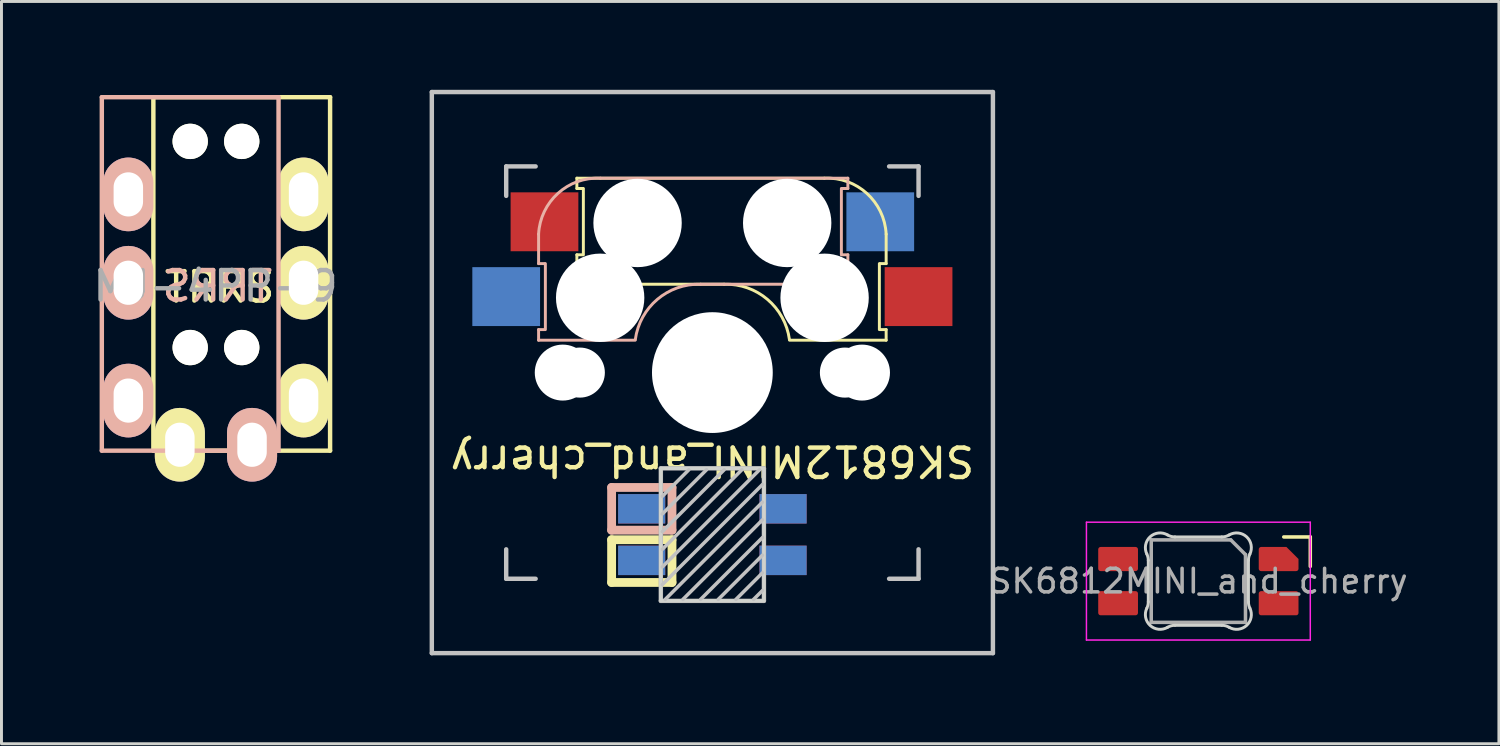
<source format=kicad_pcb>
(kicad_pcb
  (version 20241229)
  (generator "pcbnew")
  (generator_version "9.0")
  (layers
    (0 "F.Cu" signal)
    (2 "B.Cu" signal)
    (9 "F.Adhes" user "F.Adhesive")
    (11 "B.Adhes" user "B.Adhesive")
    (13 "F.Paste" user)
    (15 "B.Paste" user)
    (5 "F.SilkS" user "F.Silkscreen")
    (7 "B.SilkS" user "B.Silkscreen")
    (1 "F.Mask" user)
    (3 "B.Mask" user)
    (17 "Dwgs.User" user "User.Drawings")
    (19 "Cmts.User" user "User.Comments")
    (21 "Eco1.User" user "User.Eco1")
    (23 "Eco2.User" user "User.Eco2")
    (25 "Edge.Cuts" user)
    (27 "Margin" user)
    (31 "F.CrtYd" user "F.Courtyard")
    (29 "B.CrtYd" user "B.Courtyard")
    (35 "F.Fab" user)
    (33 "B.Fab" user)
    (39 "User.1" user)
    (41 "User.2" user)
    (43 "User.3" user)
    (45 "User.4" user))
  (footprint "MJ-4PP-9"
    (layer "F.Cu")
    (at 5.157 0.25)
    (property "Reference" "MJ-4PP-9" (at -0.889 6.413 0) (layer "F.Fab") (effects (font (size 1 1) (thickness 0.15))))
    (attr through_hole)
    (fp_line (start -3 0) (end 3 0) (stroke (width 0.15) (type solid)) (layer "F.SilkS"))
    (fp_line (start -3 12) (end -3 0) (stroke (width 0.15) (type solid)) (layer "F.SilkS"))
    (fp_line (start 3 0) (end 3 12) (stroke (width 0.15) (type solid)) (layer "F.SilkS"))
    (fp_line (start 3 12) (end -3 12) (stroke (width 0.15) (type solid)) (layer "F.SilkS"))
    (fp_line (start -4.75 0) (end 1.25 0) (stroke (width 0.15) (type solid)) (layer "B.SilkS"))
    (fp_line (start -4.75 12) (end -4.75 0) (stroke (width 0.15) (type solid)) (layer "B.SilkS"))
    (fp_line (start 1.25 0) (end 1.25 12) (stroke (width 0.15) (type solid)) (layer "B.SilkS"))
    (fp_line (start 1.25 12) (end -4.75 12) (stroke (width 0.15) (type solid)) (layer "B.SilkS"))
    (fp_text user "TRRS" (at -0.75 6.45 0) (layer "F.SilkS") (effects (font (size 1 1) (thickness 0.15))))
    (fp_text user "TRRS" (at -0.826 6.413 0) (layer "B.SilkS") (effects (font (size 1 1) (thickness 0.15)) (justify mirror)))
    (pad "" np_thru_hole circle (at -1.75 1.5) (size 1.2 1.2) (drill 1.2) (layers "*.Cu" "*.Mask" "F.SilkS"))
    (pad "" np_thru_hole circle (at -1.75 8.5) (size 1.2 1.2) (drill 1.2) (layers "*.Cu" "*.Mask" "F.SilkS"))
    (pad "" np_thru_hole circle (at 0 1.5) (size 1.2 1.2) (drill 1.2) (layers "*.Cu" "*.Mask" "F.SilkS"))
    (pad "" np_thru_hole circle (at 0 8.5) (size 1.2 1.2) (drill 1.2) (layers "*.Cu" "*.Mask" "F.SilkS"))
    (pad "1" thru_hole oval (at -3.85 10.3) (size 1.7 2.5) (drill oval 1 1.5) (layers "*.Cu" "*.Mask" "B.SilkS"))
    (pad "1" thru_hole oval (at 2.1 10.3) (size 1.7 2.5) (drill oval 1 1.5) (layers "*.Cu" "*.Mask" "F.SilkS"))
    (pad "2" thru_hole oval (at -3.85 6.3) (size 1.7 2.5) (drill oval 1 1.5) (layers "*.Cu" "*.Mask" "B.SilkS"))
    (pad "2" thru_hole oval (at 2.1 6.3) (size 1.7 2.5) (drill oval 1 1.5) (layers "*.Cu" "*.Mask" "F.SilkS"))
    (pad "3" thru_hole oval (at -3.85 3.3) (size 1.7 2.5) (drill oval 1 1.5) (layers "*.Cu" "*.Mask" "B.SilkS"))
    (pad "3" thru_hole oval (at 2.1 3.3) (size 1.7 2.5) (drill oval 1 1.5) (layers "*.Cu" "*.Mask" "F.SilkS"))
    (pad "4" thru_hole oval (at -2.1 11.8) (size 1.7 2.5) (drill oval 1 1.5) (layers "*.Cu" "*.Mask" "F.SilkS"))
    (pad "4" thru_hole oval (at 0.35 11.8) (size 1.7 2.5) (drill oval 1 1.5) (layers "*.Cu" "*.Mask" "B.SilkS")))
  (footprint "SK6812MINI_and_cherry"
    (layer "F.Cu")
    (at 21.136 9.6)
    (property "Reference" "SK6812MINI_and_cherry" (at 0 3 180) (unlocked yes) (layer "F.SilkS") (effects (font (size 1 1) (thickness 0.15))))
    (attr through_hole)
    (fp_line (start -4.6 -6.6) (end 3.8 -6.6) (stroke (width 0.1) (type solid)) (layer "F.SilkS"))
    (fp_line (start -4.6 -6.25) (end -4.6 -6.6) (stroke (width 0.1) (type solid)) (layer "F.SilkS"))
    (fp_line (start -4.6 -4) (end -4.4 -4) (stroke (width 0.1) (type solid)) (layer "F.SilkS"))
    (fp_line (start -4.6 -3) (end -4.6 -4) (stroke (width 0.1) (type solid)) (layer "F.SilkS"))
    (fp_line (start -4.4 -6.25) (end -4.6 -6.25) (stroke (width 0.1) (type solid)) (layer "F.SilkS"))
    (fp_line (start -4.38 -4) (end -4.38 -6.25) (stroke (width 0.1) (type solid)) (layer "F.SilkS"))
    (fp_line (start -3.421 5.675) (end -1.371 5.675) (stroke (width 0.3) (type solid)) (layer "F.SilkS"))
    (fp_line (start -3.421 7.125) (end -3.421 5.675) (stroke (width 0.3) (type solid)) (layer "F.SilkS"))
    (fp_line (start -1.371 5.675) (end -1.371 7.125) (stroke (width 0.3) (type solid)) (layer "F.SilkS"))
    (fp_line (start -1.371 7.125) (end -3.421 7.125) (stroke (width 0.3) (type solid)) (layer "F.SilkS"))
    (fp_line (start 0.4 -3) (end -4.6 -3) (stroke (width 0.1) (type solid)) (layer "F.SilkS"))
    (fp_line (start 5.67 -3.7) (end 5.67 -1.46) (stroke (width 0.1) (type solid)) (layer "F.SilkS"))
    (fp_line (start 5.7 -1.46) (end 5.9 -1.46) (stroke (width 0.1) (type solid)) (layer "F.SilkS"))
    (fp_line (start 5.9 -4.7) (end 5.9 -3.7) (stroke (width 0.1) (type solid)) (layer "F.SilkS"))
    (fp_line (start 5.9 -3.7) (end 5.7 -3.7) (stroke (width 0.1) (type solid)) (layer "F.SilkS"))
    (fp_line (start 5.9 -1.1) (end 2.62 -1.1) (stroke (width 0.1) (type solid)) (layer "F.SilkS"))
    (fp_line (start 5.9 -1.1) (end 5.9 -1.46) (stroke (width 0.1) (type solid)) (layer "F.SilkS"))
    (fp_line (start 20.3 5.58) (end 19.4 5.58) (stroke (width 0.12) (type solid)) (layer "F.SilkS"))
    (fp_line (start 20.3 6.58) (end 20.3 5.58) (stroke (width 0.12) (type solid)) (layer "F.SilkS"))
    (fp_arc (start 0.4 -3) (mid 1.868709 -2.486118) (end 2.616318 -1.121471) (stroke (width 0.1) (type solid)) (layer "F.SilkS"))
    (fp_arc (start 3.8 -6.600001) (mid 5.243504 -6.084925) (end 5.900001 -4.7) (stroke (width 0.1) (type solid)) (layer "F.SilkS"))
    (fp_line (start -5.9 -4.7) (end -5.9 -3.7) (stroke (width 0.1) (type solid)) (layer "B.SilkS"))
    (fp_line (start -5.9 -3.7) (end -5.7 -3.7) (stroke (width 0.1) (type solid)) (layer "B.SilkS"))
    (fp_line (start -5.9 -1.1) (end -5.9 -1.46) (stroke (width 0.1) (type solid)) (layer "B.SilkS"))
    (fp_line (start -5.9 -1.1) (end -2.62 -1.1) (stroke (width 0.1) (type solid)) (layer "B.SilkS"))
    (fp_line (start -5.7 -1.46) (end -5.9 -1.46) (stroke (width 0.1) (type solid)) (layer "B.SilkS"))
    (fp_line (start -5.67 -3.7) (end -5.67 -1.46) (stroke (width 0.1) (type solid)) (layer "B.SilkS"))
    (fp_line (start -3.421 3.9) (end -1.371 3.9) (stroke (width 0.3) (type solid)) (layer "B.SilkS"))
    (fp_line (start -3.421 5.35) (end -3.421 3.9) (stroke (width 0.3) (type solid)) (layer "B.SilkS"))
    (fp_line (start -1.371 3.9) (end -1.371 5.35) (stroke (width 0.3) (type solid)) (layer "B.SilkS"))
    (fp_line (start -1.371 5.35) (end -3.421 5.35) (stroke (width 0.3) (type solid)) (layer "B.SilkS"))
    (fp_line (start -0.4 -3) (end 4.6 -3) (stroke (width 0.1) (type solid)) (layer "B.SilkS"))
    (fp_line (start 4.38 -4) (end 4.38 -6.25) (stroke (width 0.1) (type solid)) (layer "B.SilkS"))
    (fp_line (start 4.4 -6.25) (end 4.6 -6.25) (stroke (width 0.1) (type solid)) (layer "B.SilkS"))
    (fp_line (start 4.6 -6.6) (end -3.8 -6.6) (stroke (width 0.1) (type solid)) (layer "B.SilkS"))
    (fp_line (start 4.6 -6.25) (end 4.6 -6.6) (stroke (width 0.1) (type solid)) (layer "B.SilkS"))
    (fp_line (start 4.6 -4) (end 4.4 -4) (stroke (width 0.1) (type solid)) (layer "B.SilkS"))
    (fp_line (start 4.6 -3) (end 4.6 -4) (stroke (width 0.1) (type solid)) (layer "B.SilkS"))
    (fp_arc (start -5.9 -4.699999) (mid -5.243504 -6.084924) (end -3.800001 -6.6) (stroke (width 0.1) (type solid)) (layer "B.SilkS"))
    (fp_arc (start -2.616318 -1.121471) (mid -1.868709 -2.486118) (end -0.4 -3) (stroke (width 0.1) (type solid)) (layer "B.SilkS"))
    (fp_line (start -9.525 -9.525) (end 9.525 -9.525) (stroke (width 0.15) (type solid)) (layer "Dwgs.User"))
    (fp_line (start -9.525 9.525) (end -9.525 -9.525) (stroke (width 0.15) (type solid)) (layer "Dwgs.User"))
    (fp_line (start -7 -7) (end -6 -7) (stroke (width 0.15) (type solid)) (layer "Dwgs.User"))
    (fp_line (start -7 -6) (end -7 -7) (stroke (width 0.15) (type solid)) (layer "Dwgs.User"))
    (fp_line (start -7 6) (end -7 7) (stroke (width 0.15) (type solid)) (layer "Dwgs.User"))
    (fp_line (start -7 7) (end -6 7) (stroke (width 0.15) (type solid)) (layer "Dwgs.User"))
    (fp_line (start -0.8 3.3) (end -1.7 4.2) (stroke (width 0.12) (type solid)) (layer "Dwgs.User"))
    (fp_line (start -0.2 3.3) (end -1.7 4.8) (stroke (width 0.12) (type solid)) (layer "Dwgs.User"))
    (fp_line (start 0.4 3.3) (end -1.7 5.4) (stroke (width 0.12) (type solid)) (layer "Dwgs.User"))
    (fp_line (start 1 3.3) (end -1.7 6) (stroke (width 0.12) (type solid)) (layer "Dwgs.User"))
    (fp_line (start 1.6 3.3) (end -1.7 6.6) (stroke (width 0.12) (type solid)) (layer "Dwgs.User"))
    (fp_line (start 1.7 3.8) (end -1.7 7.2) (stroke (width 0.12) (type solid)) (layer "Dwgs.User"))
    (fp_line (start 1.7 4.4) (end -1.6 7.7) (stroke (width 0.12) (type solid)) (layer "Dwgs.User"))
    (fp_line (start 1.7 5) (end -1 7.7) (stroke (width 0.12) (type solid)) (layer "Dwgs.User"))
    (fp_line (start 1.7 5.6) (end -0.4 7.7) (stroke (width 0.12) (type solid)) (layer "Dwgs.User"))
    (fp_line (start 1.7 6.2) (end 0.2 7.7) (stroke (width 0.12) (type solid)) (layer "Dwgs.User"))
    (fp_line (start 1.7 6.8) (end 0.8 7.7) (stroke (width 0.12) (type solid)) (layer "Dwgs.User"))
    (fp_line (start 1.7 7.4) (end 1.4 7.7) (stroke (width 0.12) (type solid)) (layer "Dwgs.User"))
    (fp_line (start 6 7) (end 7 7) (stroke (width 0.15) (type solid)) (layer "Dwgs.User"))
    (fp_line (start 7 -7) (end 6 -7) (stroke (width 0.15) (type solid)) (layer "Dwgs.User"))
    (fp_line (start 7 -7) (end 7 -6) (stroke (width 0.15) (type solid)) (layer "Dwgs.User"))
    (fp_line (start 7 7) (end 7 6) (stroke (width 0.15) (type solid)) (layer "Dwgs.User"))
    (fp_line (start 9.525 -9.525) (end 9.525 9.525) (stroke (width 0.15) (type solid)) (layer "Dwgs.User"))
    (fp_line (start 9.525 9.525) (end -9.525 9.525) (stroke (width 0.15) (type solid)) (layer "Dwgs.User"))
    (fp_line (start 14.8 6.377) (end 14.8 7.783) (stroke (width 0.1) (type solid)) (layer "Edge.Cuts"))
    (fp_line (start 15.706 8.58) (end 17.294 8.58) (stroke (width 0.1) (type solid)) (layer "Edge.Cuts"))
    (fp_line (start 17.294 5.58) (end 15.706 5.58) (stroke (width 0.1) (type solid)) (layer "Edge.Cuts"))
    (fp_line (start 18.2 7.783) (end 18.2 6.377) (stroke (width 0.1) (type solid)) (layer "Edge.Cuts"))
    (fp_rect (start 1.75 7.75) (end -1.75 3.25) (stroke (width 0.12) (type solid)) (fill no) (layer "Edge.Cuts"))
    (fp_arc (start 14.750516 6.16028) (mid 14.787481 6.26593) (end 14.800001 6.377157) (stroke (width 0.1) (type solid)) (layer "Edge.Cuts"))
    (fp_arc (start 14.750516 6.16028) (mid 14.86193 5.575966) (end 15.453289 5.511703) (stroke (width 0.1) (type solid)) (layer "Edge.Cuts"))
    (fp_arc (start 14.800001 7.782842) (mid 14.787472 7.894068) (end 14.750516 7.99972) (stroke (width 0.1) (type solid)) (layer "Edge.Cuts"))
    (fp_arc (start 15.453289 8.648299) (mid 14.861928 8.584035) (end 14.750516 7.99972) (stroke (width 0.1) (type solid)) (layer "Edge.Cuts"))
    (fp_arc (start 15.453289 8.648299) (mid 15.574877 8.597377) (end 15.705547 8.58) (stroke (width 0.1) (type solid)) (layer "Edge.Cuts"))
    (fp_arc (start 15.705548 5.58) (mid 15.574878 5.562623) (end 15.45329 5.511701) (stroke (width 0.1) (type solid)) (layer "Edge.Cuts"))
    (fp_arc (start 17.294453 8.579999) (mid 17.425123 8.597376) (end 17.546711 8.648298) (stroke (width 0.1) (type solid)) (layer "Edge.Cuts"))
    (fp_arc (start 17.546711 5.511701) (mid 17.425123 5.562623) (end 17.294452 5.58) (stroke (width 0.1) (type solid)) (layer "Edge.Cuts"))
    (fp_arc (start 17.546711 5.511701) (mid 18.138072 5.575965) (end 18.249484 6.160281) (stroke (width 0.1) (type solid)) (layer "Edge.Cuts"))
    (fp_arc (start 18.199999 6.377158) (mid 18.212527 6.265932) (end 18.249484 6.16028) (stroke (width 0.1) (type solid)) (layer "Edge.Cuts"))
    (fp_arc (start 18.249484 7.99972) (mid 18.138071 8.584034) (end 17.546711 8.648298) (stroke (width 0.1) (type solid)) (layer "Edge.Cuts"))
    (fp_arc (start 18.249484 7.99972) (mid 18.212527 7.894068) (end 18.199999 7.782843) (stroke (width 0.1) (type solid)) (layer "Edge.Cuts"))
    (fp_line (start 12.7 5.08) (end 20.3 5.08) (stroke (width 0.05) (type solid)) (layer "F.CrtYd"))
    (fp_line (start 12.7 9.08) (end 12.7 5.08) (stroke (width 0.05) (type solid)) (layer "F.CrtYd"))
    (fp_line (start 20.3 5.08) (end 20.3 9.08) (stroke (width 0.05) (type solid)) (layer "F.CrtYd"))
    (fp_line (start 20.3 9.08) (end 12.7 9.08) (stroke (width 0.05) (type solid)) (layer "F.CrtYd"))
    (fp_line (start -1.75 3.25) (end -1.75 7.75) (stroke (width 0.15) (type solid)) (layer "F.Fab"))
    (fp_line (start -1.75 3.25) (end 1.75 3.25) (stroke (width 0.15) (type solid)) (layer "F.Fab"))
    (fp_line (start 1.75 3.25) (end 1.75 7.75) (stroke (width 0.15) (type solid)) (layer "F.Fab"))
    (fp_line (start 1.75 7.75) (end -1.75 7.75) (stroke (width 0.15) (type solid)) (layer "F.Fab"))
    (fp_line (start 14.9 5.68) (end 17.6 5.68) (stroke (width 0.12) (type solid)) (layer "F.Fab"))
    (fp_line (start 14.9 8.48) (end 14.9 5.68) (stroke (width 0.12) (type solid)) (layer "F.Fab"))
    (fp_line (start 18.1 6.18) (end 17.6 5.68) (stroke (width 0.12) (type solid)) (layer "F.Fab"))
    (fp_line (start 18.1 6.18) (end 18.1 8.48) (stroke (width 0.12) (type solid)) (layer "F.Fab"))
    (fp_line (start 18.1 8.48) (end 14.9 8.48) (stroke (width 0.12) (type solid)) (layer "F.Fab"))
    (fp_text user "${REFERENCE}" (at 16.5 7.08 180) (layer "F.Fab") (effects (font (size 0.8 0.8) (thickness 0.12))))
    (pad "" np_thru_hole circle (at -5.08 0) (size 1.9 1.9) (drill 1.9) (layers "*.Cu" "*.Mask"))
    (pad "" np_thru_hole circle (at -4.5 0) (size 1.7 1.7) (drill 1.7) (layers "*.Cu" "*.Mask"))
    (pad "" np_thru_hole circle (at -3.81 -2.54 180) (size 3 3) (drill 3) (layers "*.Cu" "*.Mask"))
    (pad "" np_thru_hole circle (at -2.54 -5.08 180) (size 3 3) (drill 3) (layers "*.Cu" "*.Mask"))
    (pad "" np_thru_hole circle (at 0 0 90) (size 4.1 4.1) (drill 4.1) (layers "*.Cu" "*.Mask"))
    (pad "" np_thru_hole circle (at 2.54 -5.08 180) (size 3 3) (drill 3) (layers "*.Cu" "*.Mask"))
    (pad "" np_thru_hole circle (at 3.81 -2.54 180) (size 3 3) (drill 3) (layers "*.Cu" "*.Mask"))
    (pad "" np_thru_hole circle (at 4.5 0) (size 1.7 1.7) (drill 1.7) (layers "*.Cu" "*.Mask"))
    (pad "" np_thru_hole circle (at 5.08 0) (size 1.9 1.9) (drill 1.9) (layers "*.Cu" "*.Mask"))
    (pad "1" smd rect (at -2.4 4.625) (size 1.6 1) (layers "B.Cu" "B.Mask" "B.Paste"))
    (pad "1" smd rect (at -2.4 6.375) (size 1.6 1) (layers "F.Cu" "F.Mask" "F.Paste"))
    (pad "1" smd roundrect (at 13.775 7.83 270) (size 0.82 1.35) (layers "F.Cu" "F.Mask" "F.Paste") (roundrect_rratio 0.1))
    (pad "2" smd rect (at -2.4 4.625) (size 1.6 1) (layers "F.Cu" "F.Mask" "F.Paste"))
    (pad "2" smd rect (at -2.4 6.375) (size 1.6 1) (layers "B.Cu" "B.Mask" "B.Paste"))
    (pad "2" smd roundrect (at 13.775 6.33 270) (size 0.82 1.35) (layers "F.Cu" "F.Mask" "F.Paste") (roundrect_rratio 0.1))
    (pad "3" smd rect (at 2.4 4.625) (size 1.6 1) (layers "F.Cu" "F.Mask" "F.Paste"))
    (pad "3" smd rect (at 2.4 6.375) (size 1.6 1) (layers "B.Cu" "B.Mask" "B.Paste"))
    (pad "3" smd roundrect (at 19.225 7.83 270) (size 0.82 1.35) (layers "F.Cu" "F.Mask" "F.Paste") (roundrect_rratio 0.1))
    (pad "4" smd rect (at 2.4 4.625) (size 1.6 1) (layers "B.Cu" "B.Mask" "B.Paste"))
    (pad "4" smd rect (at 2.4 6.375) (size 1.6 1) (layers "F.Cu" "F.Mask" "F.Paste"))
    (pad "4" smd roundrect (at 19.225 6.33 270) (size 0.82 1.35) (layers "F.Cu" "F.Mask" "F.Paste") (roundrect_rratio 0.1) (chamfer_ratio 0.5) (chamfer top_left))
    (pad "5" smd rect (at -7 -2.58 180) (size 2.3 2) (layers "B.Cu" "B.Mask" "B.Paste"))
    (pad "5" smd rect (at 7 -2.58 180) (size 2.3 2) (layers "F.Cu" "F.Mask" "F.Paste"))
    (pad "6" smd rect (at -5.7 -5.12 180) (size 2.3 2) (layers "F.Cu" "F.Mask"))
    (pad "6" smd rect (at 5.7 -5.12 180) (size 2.3 2) (layers "B.Cu" "B.Mask" "B.Paste")))
  (gr_rect
    (start -3 -3)
    (end 47.84 22.2)
    (stroke (width 0.1) (type default))
    (fill no)
    (layer "Edge.Cuts")))
</source>
